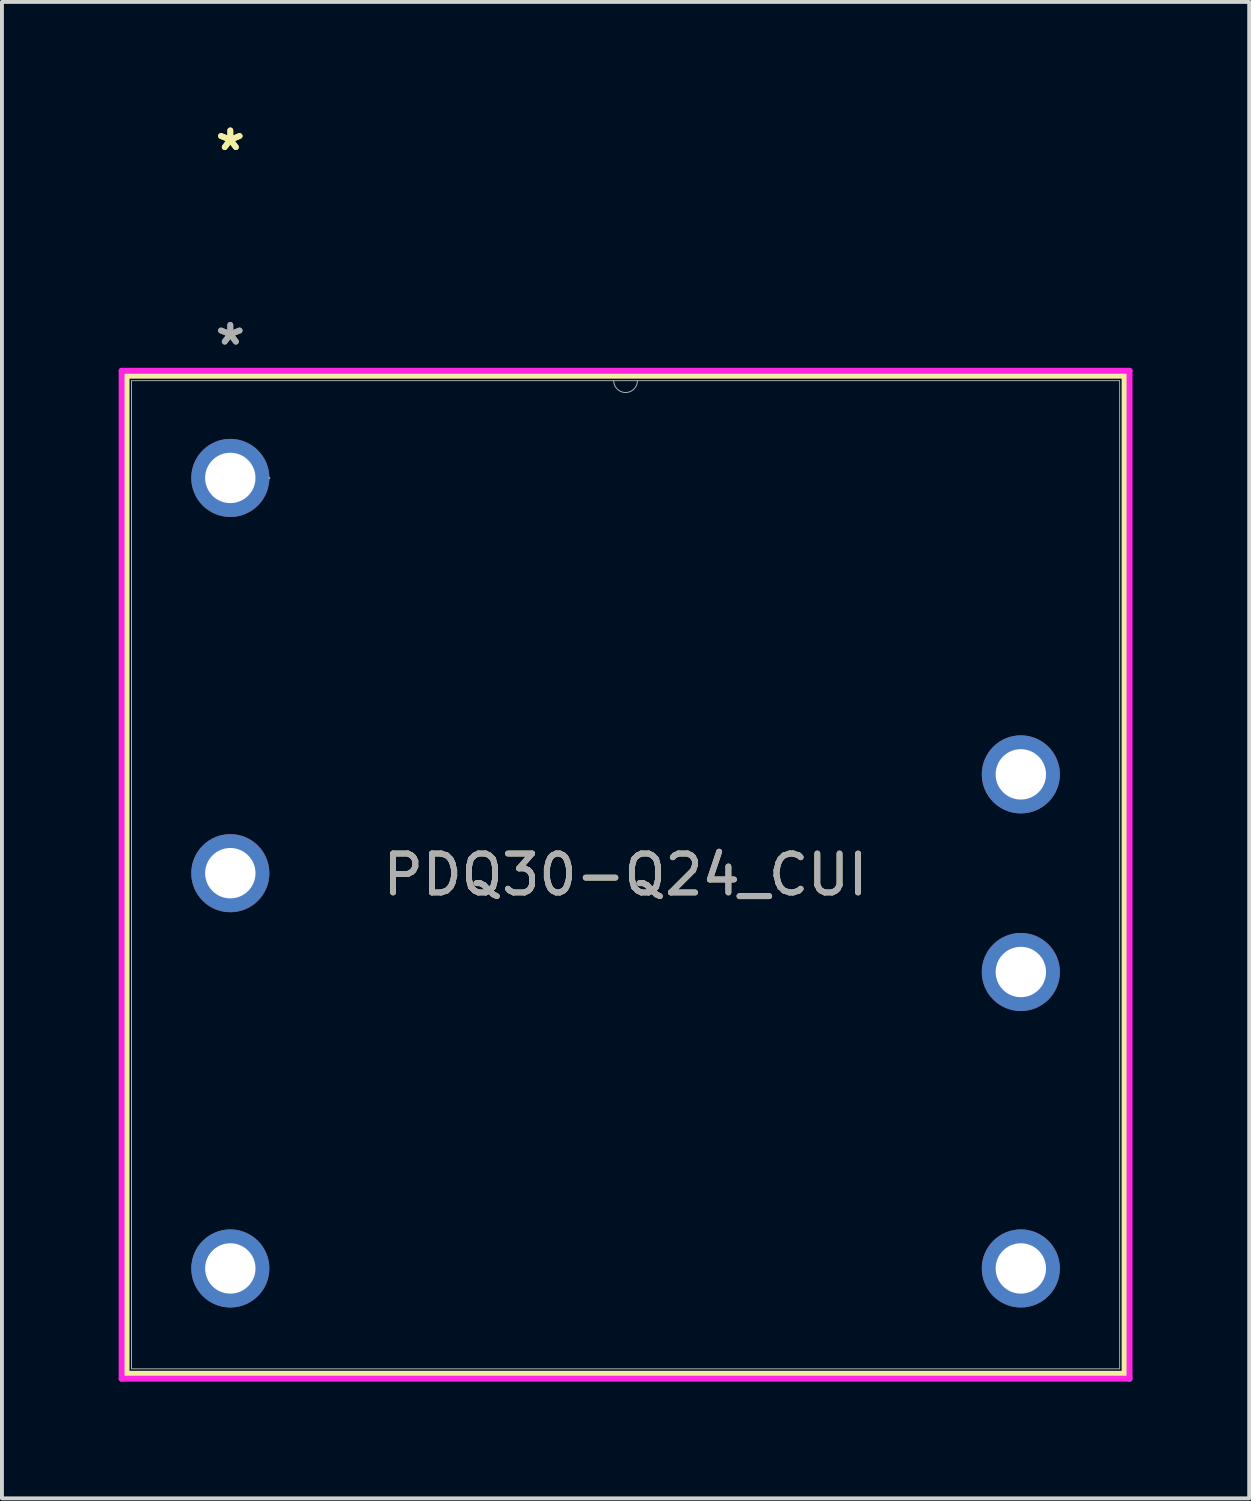
<source format=kicad_pcb>
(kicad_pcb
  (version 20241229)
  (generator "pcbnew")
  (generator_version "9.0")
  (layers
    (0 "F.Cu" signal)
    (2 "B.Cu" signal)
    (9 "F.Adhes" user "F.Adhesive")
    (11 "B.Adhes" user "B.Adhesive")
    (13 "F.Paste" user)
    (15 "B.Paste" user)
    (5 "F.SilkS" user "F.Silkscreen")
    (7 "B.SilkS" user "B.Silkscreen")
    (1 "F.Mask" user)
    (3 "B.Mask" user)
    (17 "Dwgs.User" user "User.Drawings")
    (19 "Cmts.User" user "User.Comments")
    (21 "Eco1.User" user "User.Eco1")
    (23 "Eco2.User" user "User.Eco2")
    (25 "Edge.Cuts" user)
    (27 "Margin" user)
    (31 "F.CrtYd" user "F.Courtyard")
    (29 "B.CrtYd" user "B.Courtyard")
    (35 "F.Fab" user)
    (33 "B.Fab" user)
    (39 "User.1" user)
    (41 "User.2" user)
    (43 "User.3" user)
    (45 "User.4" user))
  (footprint "PDQ30-Q24_CUI"
    (layer "F.Cu")
    (at 23.19 16.855)
    (property "Reference" "PDQ30-Q24_CUI" (at -10.16 2.58 0) (unlocked yes) (layer "F.SilkS") (effects (font (size 1 1) (thickness 0.15))))
    (attr through_hole)
    (fp_line (start -22.987 -10.247) (end -22.987 15.407) (stroke (width 0.152) (type solid)) (layer "F.SilkS"))
    (fp_line (start -22.987 15.407) (end 2.667 15.407) (stroke (width 0.152) (type solid)) (layer "F.SilkS"))
    (fp_line (start 2.667 -10.247) (end -22.987 -10.247) (stroke (width 0.152) (type solid)) (layer "F.SilkS"))
    (fp_line (start 2.667 15.407) (end 2.667 -10.247) (stroke (width 0.152) (type solid)) (layer "F.SilkS"))
    (fp_line (start -23.114 -10.374) (end 2.794 -10.374) (stroke (width 0.152) (type solid)) (layer "F.CrtYd"))
    (fp_line (start -23.114 15.534) (end -23.114 -10.374) (stroke (width 0.152) (type solid)) (layer "F.CrtYd"))
    (fp_line (start 2.794 -10.374) (end 2.794 15.534) (stroke (width 0.152) (type solid)) (layer "F.CrtYd"))
    (fp_line (start 2.794 15.534) (end -23.114 15.534) (stroke (width 0.152) (type solid)) (layer "F.CrtYd"))
    (fp_line (start -22.86 -10.12) (end -22.86 15.28) (stroke (width 0.025) (type solid)) (layer "F.Fab"))
    (fp_line (start -22.86 15.28) (end 2.54 15.28) (stroke (width 0.025) (type solid)) (layer "F.Fab"))
    (fp_line (start 2.54 -10.12) (end -22.86 -10.12) (stroke (width 0.025) (type solid)) (layer "F.Fab"))
    (fp_line (start 2.54 15.28) (end 2.54 -10.12) (stroke (width 0.025) (type solid)) (layer "F.Fab"))
    (fp_arc (start -9.8552 -10.12) (mid -10.16 -9.8152) (end -10.4648 -10.12) (stroke (width 0.0254) (type solid)) (layer "F.Fab"))
    (fp_circle (center -19.317 -7.62) (end -19.317 -7.62) (stroke (width 0.025) (type solid)) (fill no) (layer "F.Fab"))
    (fp_text user "*" (at -20.32 -16.007 0) (layer "F.SilkS") (effects (font (size 1 1) (thickness 0.15))))
    (fp_text user "*" (at -20.32 -16.007 0) (unlocked yes) (layer "F.SilkS") (effects (font (size 1 1) (thickness 0.15))))
    (fp_text user "*" (at -20.32 -11.007 0) (unlocked yes) (layer "F.Fab") (effects (font (size 1 1) (thickness 0.15))))
    (fp_text user "${REFERENCE}" (at -10.16 2.58 0) (unlocked yes) (layer "F.Fab") (effects (font (size 1 1) (thickness 0.15))))
    (fp_text user "*" (at -20.32 -11.007 0) (layer "F.Fab") (effects (font (size 1 1) (thickness 0.15))))
    (pad "1" thru_hole circle (at 0 0) (size 2.007 2.007) (drill 1.295) (layers "*.Cu" "*.Mask"))
    (pad "2" thru_hole circle (at 0 5.08) (size 2.007 2.007) (drill 1.295) (layers "*.Cu" "*.Mask"))
    (pad "3" thru_hole circle (at -20.32 -7.62) (size 2.007 2.007) (drill 1.295) (layers "*.Cu" "*.Mask"))
    (pad "4" thru_hole circle (at -20.32 2.54) (size 2.007 2.007) (drill 1.295) (layers "*.Cu" "*.Mask"))
    (pad "5" thru_hole circle (at -20.32 12.7) (size 2.007 2.007) (drill 1.295) (layers "*.Cu" "*.Mask"))
    (pad "6" thru_hole circle (at 0 12.7) (size 2.007 2.007) (drill 1.295) (layers "*.Cu" "*.Mask")))
  (gr_rect
    (start -3 -3)
    (end 29.06 35.465)
    (stroke (width 0.1) (type default))
    (fill no)
    (layer "Edge.Cuts")))
</source>
